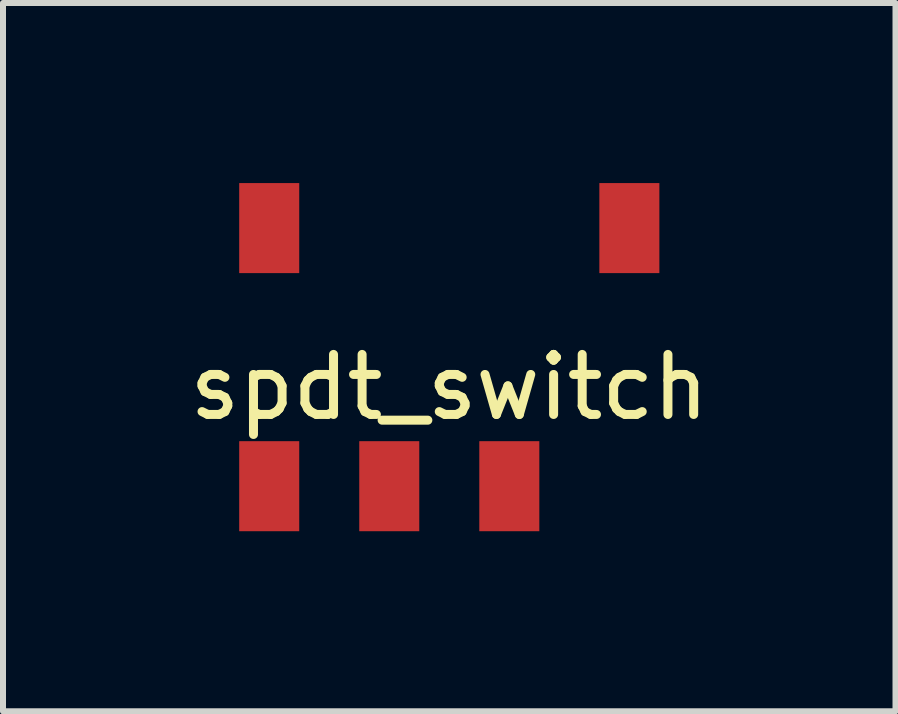
<source format=kicad_pcb>
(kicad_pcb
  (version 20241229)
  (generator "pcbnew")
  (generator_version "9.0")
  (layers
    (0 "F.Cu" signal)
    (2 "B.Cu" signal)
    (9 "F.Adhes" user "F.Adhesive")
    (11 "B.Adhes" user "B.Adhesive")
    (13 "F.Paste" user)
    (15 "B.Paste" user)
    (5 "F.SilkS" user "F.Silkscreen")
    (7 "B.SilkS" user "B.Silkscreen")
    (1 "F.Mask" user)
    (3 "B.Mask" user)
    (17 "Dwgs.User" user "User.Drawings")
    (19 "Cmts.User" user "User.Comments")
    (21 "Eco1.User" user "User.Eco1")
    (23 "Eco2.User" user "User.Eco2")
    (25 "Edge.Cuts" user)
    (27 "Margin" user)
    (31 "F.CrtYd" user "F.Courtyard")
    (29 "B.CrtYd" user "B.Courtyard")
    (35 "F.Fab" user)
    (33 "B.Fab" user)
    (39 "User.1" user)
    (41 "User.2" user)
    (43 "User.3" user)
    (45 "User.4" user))
  (footprint "spdt_switch"
    (layer "F.Cu")
    (at 4.435 2.9)
    (property "Reference" "spdt_switch" (at 0 0.5 0) (layer "F.SilkS") (effects (font (size 1 1) (thickness 0.15))))
    (attr through_hole)
    (pad "1" smd rect (at -3 -2.15) (size 1 1.5) (layers "F.Cu" "F.Mask" "F.Paste"))
    (pad "2" smd rect (at 3 -2.15) (size 1 1.5) (layers "F.Cu" "F.Mask" "F.Paste"))
    (pad "3" smd rect (at -3 2.15) (size 1 1.5) (layers "F.Cu" "F.Mask" "F.Paste"))
    (pad "4" smd rect (at -1 2.15) (size 1 1.5) (layers "F.Cu" "F.Mask" "F.Paste"))
    (pad "5" smd rect (at 1 2.15) (size 1 1.5) (layers "F.Cu" "F.Mask" "F.Paste")))
  (gr_rect
    (start -3 -3)
    (end 11.869 8.8)
    (stroke (width 0.1) (type default))
    (fill no)
    (layer "Edge.Cuts")))
</source>
